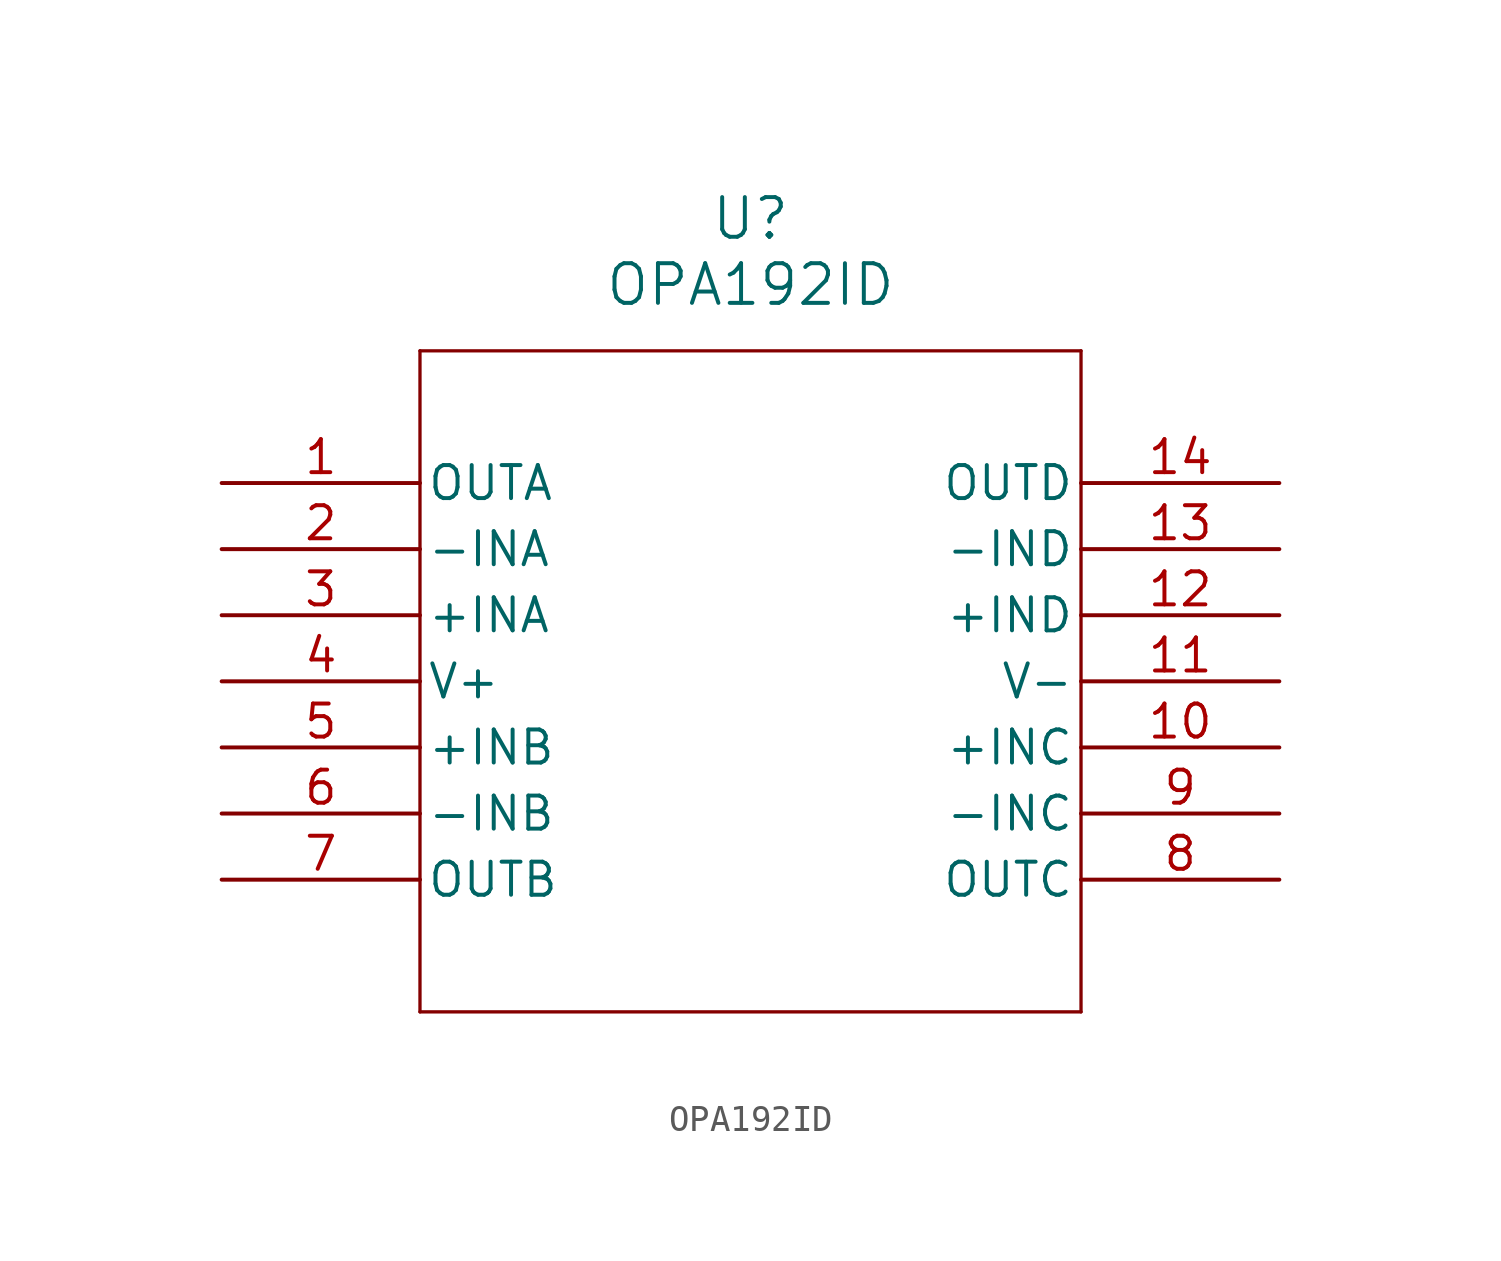
<source format=kicad_sym>
(kicad_symbol_lib
  (version 20211014)
  (generator kicad_symbol_editor)
  (symbol "OPA192ID"
    (pin_names
      (offset 0.254))
    (property "Reference" "U"
      (at 20.32 10.16 0)
      (effects (font (size 1.524 1.524))))
    (property "Value" "OPA192ID"
      (at 20.32 7.62 0)
      (effects (font (size 1.524 1.524))))
    (symbol "OPA192ID_0_1"
      (polyline (pts (xy 7.62 5.08) (xy 7.62 -20.32)) (stroke (width 0.127) (type default) (color 0 0 0 0)) (fill (type none)))
      (polyline (pts (xy 7.62 -20.32) (xy 33.02 -20.32)) (stroke (width 0.127) (type default) (color 0 0 0 0)) (fill (type none)))
      (polyline (pts (xy 33.02 -20.32) (xy 33.02 5.08)) (stroke (width 0.127) (type default) (color 0 0 0 0)) (fill (type none)))
      (polyline (pts (xy 33.02 5.08) (xy 7.62 5.08)) (stroke (width 0.127) (type default) (color 0 0 0 0)) (fill (type none)))
      (pin output line (at 0 0 0) (length 7.62) (name "OUTA" (effects (font (size 1.27 1.27)))) (number "1" (effects (font (size 1.27 1.27)))))
      (pin input line (at 0 -2.54 0) (length 7.62) (name "-INA" (effects (font (size 1.27 1.27)))) (number "2" (effects (font (size 1.27 1.27)))))
      (pin input line (at 0 -5.08 0) (length 7.62) (name "+INA" (effects (font (size 1.27 1.27)))) (number "3" (effects (font (size 1.27 1.27)))))
      (pin power_in line (at 0 -7.62 0) (length 7.62) (name "V+" (effects (font (size 1.27 1.27)))) (number "4" (effects (font (size 1.27 1.27)))))
      (pin input line (at 0 -10.16 0) (length 7.62) (name "+INB" (effects (font (size 1.27 1.27)))) (number "5" (effects (font (size 1.27 1.27)))))
      (pin input line (at 0 -12.7 0) (length 7.62) (name "-INB" (effects (font (size 1.27 1.27)))) (number "6" (effects (font (size 1.27 1.27)))))
      (pin output line (at 0 -15.24 0) (length 7.62) (name "OUTB" (effects (font (size 1.27 1.27)))) (number "7" (effects (font (size 1.27 1.27)))))
      (pin output line (at 40.64 -15.24 180) (length 7.62) (name "OUTC" (effects (font (size 1.27 1.27)))) (number "8" (effects (font (size 1.27 1.27)))))
      (pin input line (at 40.64 -12.7 180) (length 7.62) (name "-INC" (effects (font (size 1.27 1.27)))) (number "9" (effects (font (size 1.27 1.27)))))
      (pin input line (at 40.64 -10.16 180) (length 7.62) (name "+INC" (effects (font (size 1.27 1.27)))) (number "10" (effects (font (size 1.27 1.27)))))
      (pin power_in line (at 40.64 -7.62 180) (length 7.62) (name "V-" (effects (font (size 1.27 1.27)))) (number "11" (effects (font (size 1.27 1.27)))))
      (pin input line (at 40.64 -5.08 180) (length 7.62) (name "+IND" (effects (font (size 1.27 1.27)))) (number "12" (effects (font (size 1.27 1.27)))))
      (pin input line (at 40.64 -2.54 180) (length 7.62) (name "-IND" (effects (font (size 1.27 1.27)))) (number "13" (effects (font (size 1.27 1.27)))))
      (pin output line (at 40.64 0 180) (length 7.62) (name "OUTD" (effects (font (size 1.27 1.27)))) (number "14" (effects (font (size 1.27 1.27))))))))
</source>
